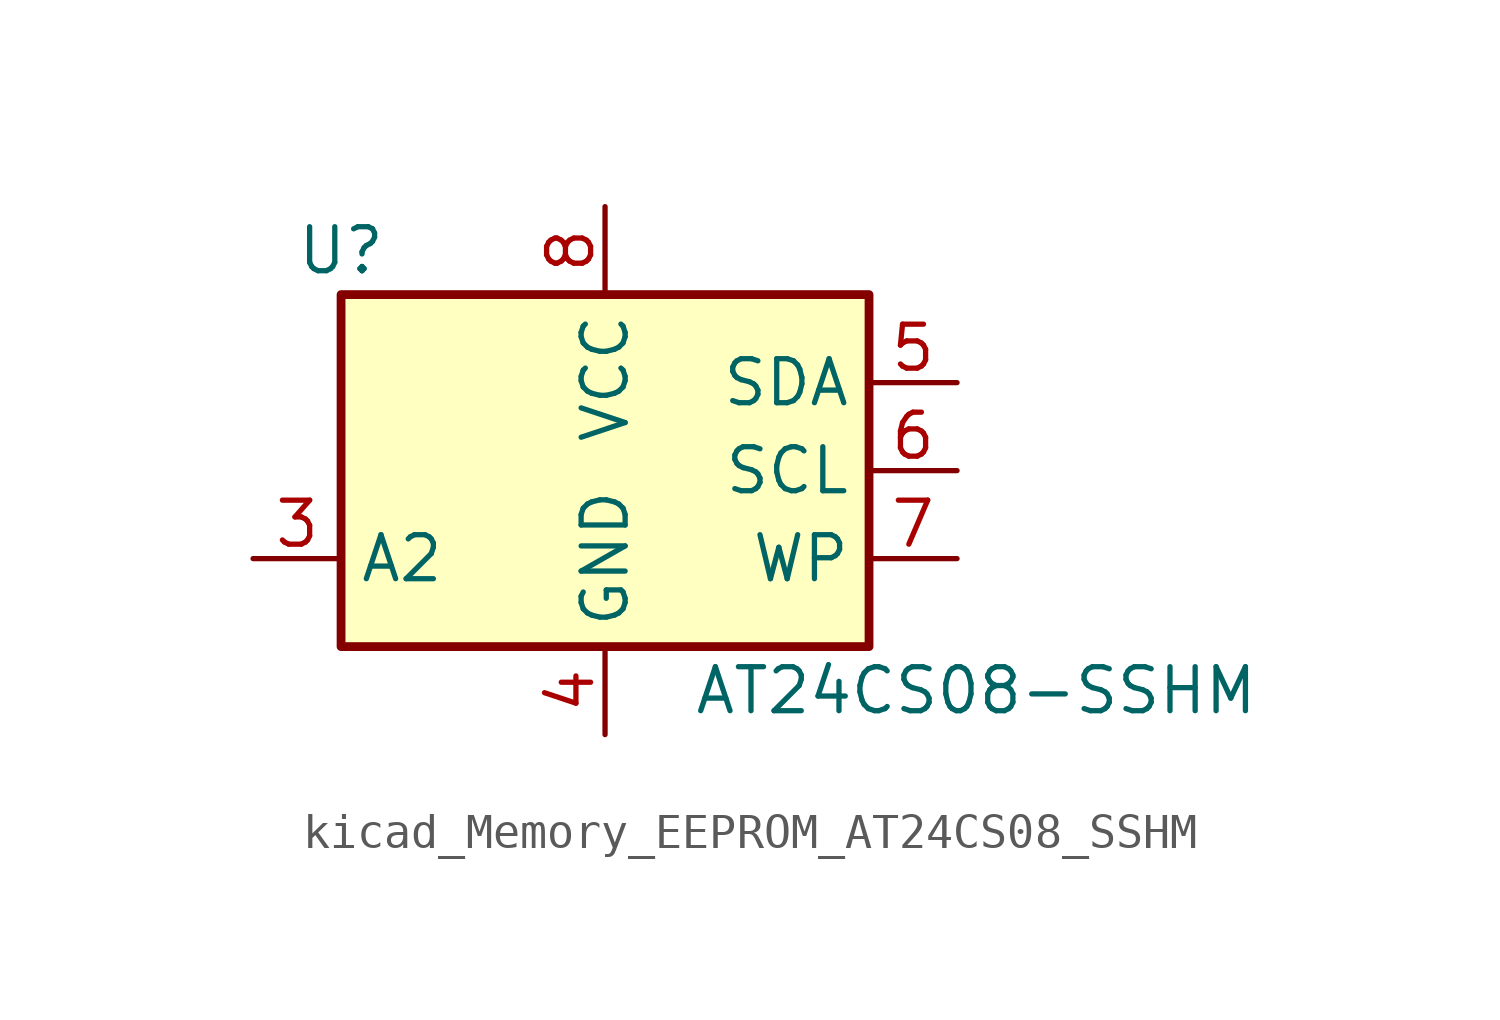
<source format=kicad_sym>
(kicad_symbol_lib
  (version 20220914)
  (generator kicad_symbol_editor)
  (symbol "kicad_Memory_EEPROM_AT24CS08_SSHM"
    (property "Reference" "U"
      (at -7.62 6.35 0)
      (effects (font (size 1.27 1.27))))
    (property "Value" "AT24CS08-SSHM"
      (at 2.54 -6.35 0)
      (effects (font (size 1.27 1.27)) (justify left)))
    (symbol "kicad_Memory_EEPROM_AT24CS08_SSHM_1_1"
      (rectangle (start -7.62 5.08) (end 7.62 -5.08) (stroke (width 0.254) (type default)) (fill (type background)))
      (pin no_connect line (at -7.62 2.54 0) (length 2.54) hide (name "NC" (effects (font (size 1.27 1.27)))) (number "1" (effects (font (size 1.27 1.27)))))
      (pin no_connect line (at -7.62 0 0) (length 2.54) hide (name "NC" (effects (font (size 1.27 1.27)))) (number "2" (effects (font (size 1.27 1.27)))))
      (pin input line (at -10.16 -2.54 0) (length 2.54) (name "A2" (effects (font (size 1.27 1.27)))) (number "3" (effects (font (size 1.27 1.27)))))
      (pin power_in line (at 0 -7.62 90) (length 2.54) (name "GND" (effects (font (size 1.27 1.27)))) (number "4" (effects (font (size 1.27 1.27)))))
      (pin bidirectional line (at 10.16 2.54 180) (length 2.54) (name "SDA" (effects (font (size 1.27 1.27)))) (number "5" (effects (font (size 1.27 1.27)))))
      (pin input line (at 10.16 0 180) (length 2.54) (name "SCL" (effects (font (size 1.27 1.27)))) (number "6" (effects (font (size 1.27 1.27)))))
      (pin input line (at 10.16 -2.54 180) (length 2.54) (name "WP" (effects (font (size 1.27 1.27)))) (number "7" (effects (font (size 1.27 1.27)))))
      (pin power_in line (at 0 7.62 270) (length 2.54) (name "VCC" (effects (font (size 1.27 1.27)))) (number "8" (effects (font (size 1.27 1.27))))))))
</source>
